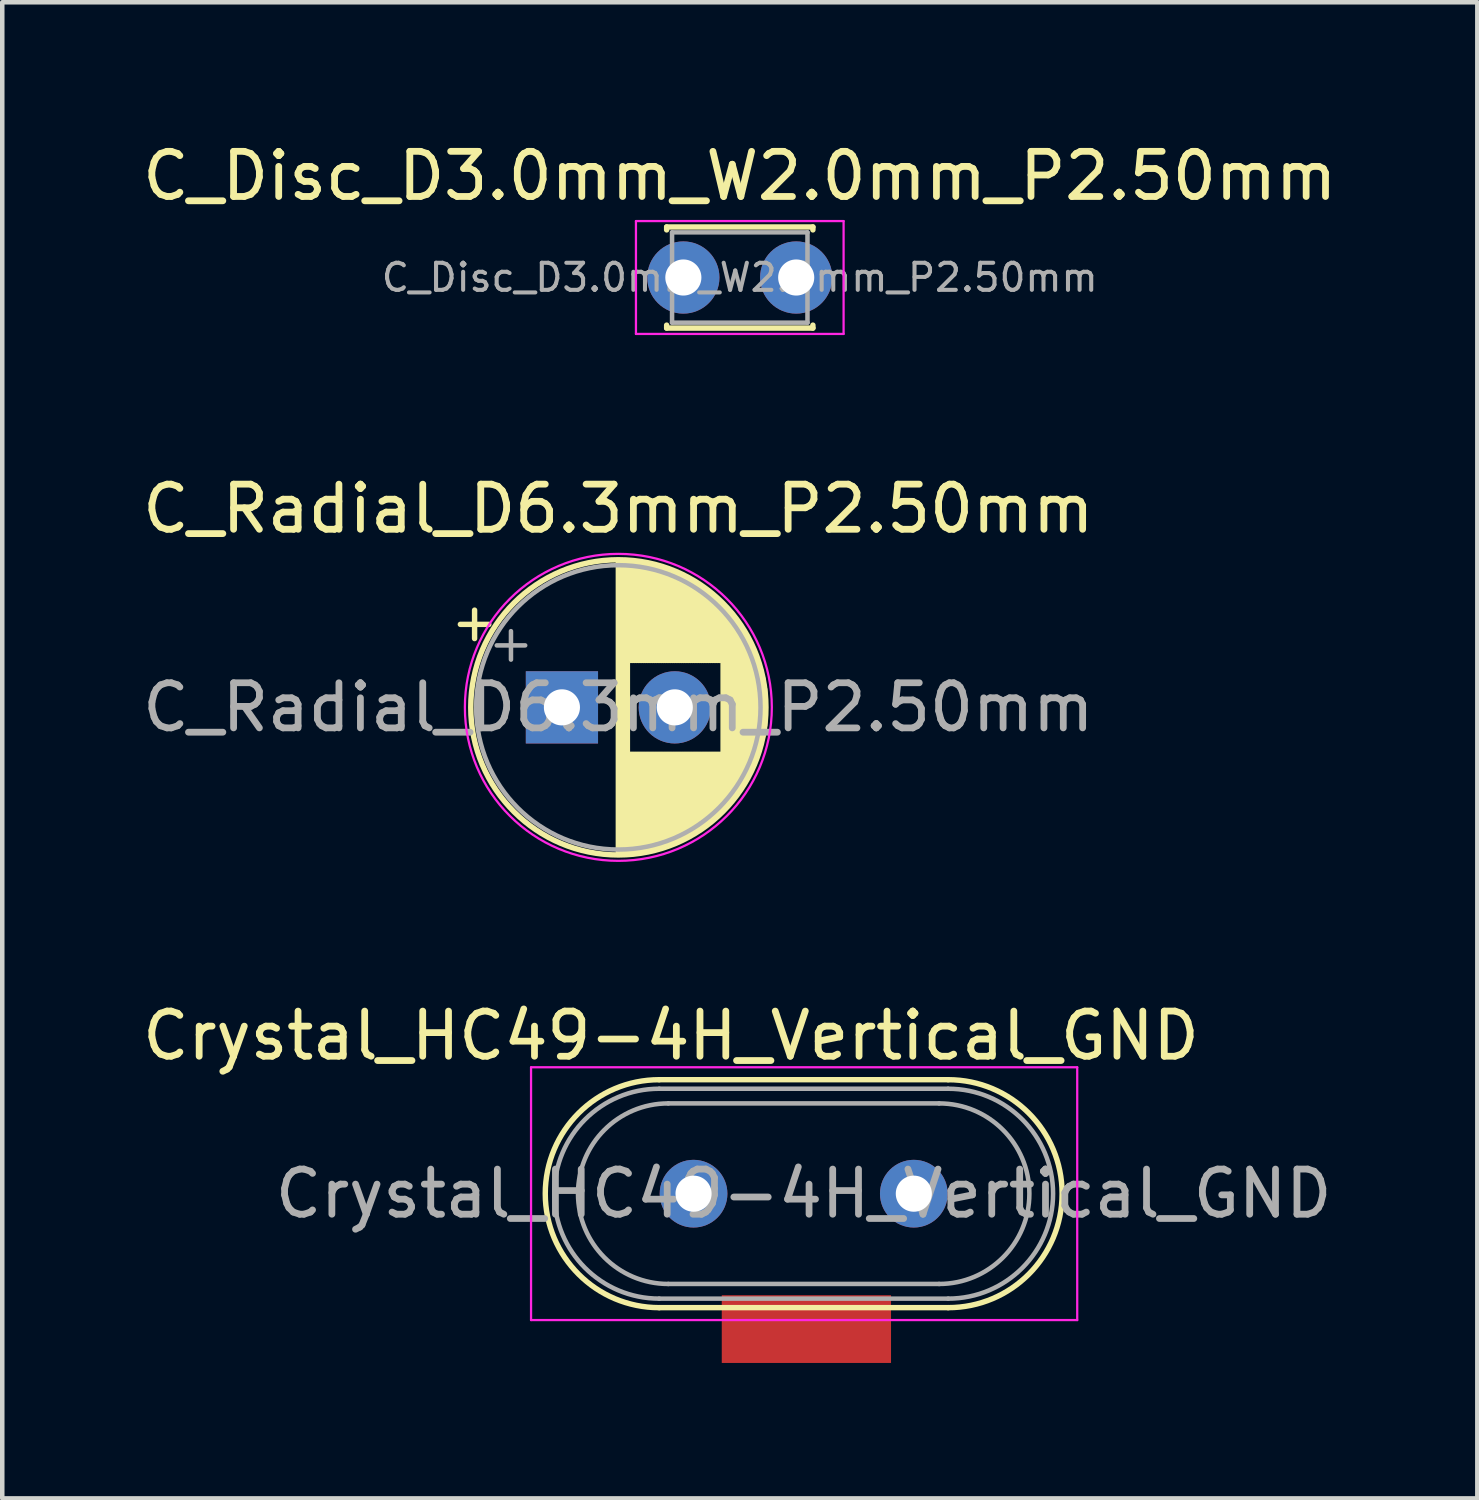
<source format=kicad_pcb>
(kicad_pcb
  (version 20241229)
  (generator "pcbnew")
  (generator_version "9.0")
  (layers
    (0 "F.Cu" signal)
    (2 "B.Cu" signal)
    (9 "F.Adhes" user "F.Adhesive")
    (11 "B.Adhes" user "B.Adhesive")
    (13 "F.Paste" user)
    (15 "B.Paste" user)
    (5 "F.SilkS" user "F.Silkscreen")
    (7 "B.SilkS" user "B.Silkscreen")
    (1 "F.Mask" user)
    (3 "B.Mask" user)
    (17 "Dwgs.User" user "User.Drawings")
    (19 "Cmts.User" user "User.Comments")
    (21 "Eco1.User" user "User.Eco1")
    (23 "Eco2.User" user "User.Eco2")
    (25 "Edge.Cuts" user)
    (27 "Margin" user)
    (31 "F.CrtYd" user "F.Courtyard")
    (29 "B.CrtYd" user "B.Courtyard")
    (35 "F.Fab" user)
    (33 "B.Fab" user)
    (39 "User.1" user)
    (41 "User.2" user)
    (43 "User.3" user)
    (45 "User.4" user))
  (footprint "Crystal_HC49-4H_Vertical_GND"
    (layer "F.Cu")
    (at 12.315 23.395)
    (property "Reference" "Crystal_HC49-4H_Vertical_GND" (at -0.5 -3.5 0) (layer "F.SilkS") (effects (font (size 1 1) (thickness 0.15))))
    (attr through_hole)
    (fp_line (start -0.76 -2.525) (end 5.64 -2.525) (stroke (width 0.12) (type solid)) (layer "F.SilkS"))
    (fp_line (start -0.76 2.525) (end 5.64 2.525) (stroke (width 0.12) (type solid)) (layer "F.SilkS"))
    (fp_arc (start -0.76 2.525) (mid -3.285 0) (end -0.76 -2.525) (stroke (width 0.12) (type solid)) (layer "F.SilkS"))
    (fp_arc (start 5.64 -2.525) (mid 8.165 0) (end 5.64 2.525) (stroke (width 0.12) (type solid)) (layer "F.SilkS"))
    (fp_line (start -3.6 -2.8) (end -3.6 2.8) (stroke (width 0.05) (type solid)) (layer "F.CrtYd"))
    (fp_line (start -3.6 2.8) (end 8.5 2.8) (stroke (width 0.05) (type solid)) (layer "F.CrtYd"))
    (fp_line (start 8.5 -2.8) (end -3.6 -2.8) (stroke (width 0.05) (type solid)) (layer "F.CrtYd"))
    (fp_line (start 8.5 2.8) (end 8.5 -2.8) (stroke (width 0.05) (type solid)) (layer "F.CrtYd"))
    (fp_line (start -0.76 -2.325) (end 5.64 -2.325) (stroke (width 0.1) (type solid)) (layer "F.Fab"))
    (fp_line (start -0.76 2.325) (end 5.64 2.325) (stroke (width 0.1) (type solid)) (layer "F.Fab"))
    (fp_line (start -0.56 -2) (end 5.44 -2) (stroke (width 0.1) (type solid)) (layer "F.Fab"))
    (fp_line (start -0.56 2) (end 5.44 2) (stroke (width 0.1) (type solid)) (layer "F.Fab"))
    (fp_arc (start -0.76 2.325) (mid -3.085 0) (end -0.76 -2.325) (stroke (width 0.1) (type solid)) (layer "F.Fab"))
    (fp_arc (start -0.56 2) (mid -2.56 0) (end -0.56 -2) (stroke (width 0.1) (type solid)) (layer "F.Fab"))
    (fp_arc (start 5.44 -2) (mid 7.44 0) (end 5.44 2) (stroke (width 0.1) (type solid)) (layer "F.Fab"))
    (fp_arc (start 5.64 -2.325) (mid 7.965 0) (end 5.64 2.325) (stroke (width 0.1) (type solid)) (layer "F.Fab"))
    (fp_text user "${REFERENCE}" (at 2.44 0 0) (layer "F.Fab") (effects (font (size 1 1) (thickness 0.15))))
    (pad "1" thru_hole circle (at 0 0) (size 1.5 1.5) (drill 0.8) (layers "*.Cu" "*.Mask"))
    (pad "2" thru_hole circle (at 4.88 0) (size 1.5 1.5) (drill 0.8) (layers "*.Cu" "*.Mask"))
    (pad "3" smd rect (at 2.5 3) (size 3.75 1.5) (layers "F.Cu" "F.Mask" "F.Paste")))
  (footprint "C_Radial_D6.3mm_P2.50mm"
    (layer "F.Cu")
    (at 9.399 12.621)
    (property "Reference" "C_Radial_D6.3mm_P2.50mm" (at 1.25 -4.4 0) (layer "F.SilkS") (effects (font (size 1 1) (thickness 0.15))))
    (attr through_hole)
    (fp_line (start -2.25 -1.839) (end -1.62 -1.839) (stroke (width 0.12) (type solid)) (layer "F.SilkS"))
    (fp_line (start -1.935 -2.154) (end -1.935 -1.524) (stroke (width 0.12) (type solid)) (layer "F.SilkS"))
    (fp_line (start 1.25 -3.23) (end 1.25 3.23) (stroke (width 0.12) (type solid)) (layer "F.SilkS"))
    (fp_line (start 1.29 -3.23) (end 1.29 3.23) (stroke (width 0.12) (type solid)) (layer "F.SilkS"))
    (fp_line (start 1.33 -3.23) (end 1.33 3.23) (stroke (width 0.12) (type solid)) (layer "F.SilkS"))
    (fp_line (start 1.37 -3.228) (end 1.37 3.228) (stroke (width 0.12) (type solid)) (layer "F.SilkS"))
    (fp_line (start 1.41 -3.227) (end 1.41 3.227) (stroke (width 0.12) (type solid)) (layer "F.SilkS"))
    (fp_line (start 1.45 -3.224) (end 1.45 3.224) (stroke (width 0.12) (type solid)) (layer "F.SilkS"))
    (fp_line (start 1.49 -3.222) (end 1.49 -1.04) (stroke (width 0.12) (type solid)) (layer "F.SilkS"))
    (fp_line (start 1.49 1.04) (end 1.49 3.222) (stroke (width 0.12) (type solid)) (layer "F.SilkS"))
    (fp_line (start 1.53 -3.218) (end 1.53 -1.04) (stroke (width 0.12) (type solid)) (layer "F.SilkS"))
    (fp_line (start 1.53 1.04) (end 1.53 3.218) (stroke (width 0.12) (type solid)) (layer "F.SilkS"))
    (fp_line (start 1.57 -3.215) (end 1.57 -1.04) (stroke (width 0.12) (type solid)) (layer "F.SilkS"))
    (fp_line (start 1.57 1.04) (end 1.57 3.215) (stroke (width 0.12) (type solid)) (layer "F.SilkS"))
    (fp_line (start 1.61 -3.211) (end 1.61 -1.04) (stroke (width 0.12) (type solid)) (layer "F.SilkS"))
    (fp_line (start 1.61 1.04) (end 1.61 3.211) (stroke (width 0.12) (type solid)) (layer "F.SilkS"))
    (fp_line (start 1.65 -3.206) (end 1.65 -1.04) (stroke (width 0.12) (type solid)) (layer "F.SilkS"))
    (fp_line (start 1.65 1.04) (end 1.65 3.206) (stroke (width 0.12) (type solid)) (layer "F.SilkS"))
    (fp_line (start 1.69 -3.201) (end 1.69 -1.04) (stroke (width 0.12) (type solid)) (layer "F.SilkS"))
    (fp_line (start 1.69 1.04) (end 1.69 3.201) (stroke (width 0.12) (type solid)) (layer "F.SilkS"))
    (fp_line (start 1.73 -3.195) (end 1.73 -1.04) (stroke (width 0.12) (type solid)) (layer "F.SilkS"))
    (fp_line (start 1.73 1.04) (end 1.73 3.195) (stroke (width 0.12) (type solid)) (layer "F.SilkS"))
    (fp_line (start 1.77 -3.189) (end 1.77 -1.04) (stroke (width 0.12) (type solid)) (layer "F.SilkS"))
    (fp_line (start 1.77 1.04) (end 1.77 3.189) (stroke (width 0.12) (type solid)) (layer "F.SilkS"))
    (fp_line (start 1.81 -3.182) (end 1.81 -1.04) (stroke (width 0.12) (type solid)) (layer "F.SilkS"))
    (fp_line (start 1.81 1.04) (end 1.81 3.182) (stroke (width 0.12) (type solid)) (layer "F.SilkS"))
    (fp_line (start 1.85 -3.175) (end 1.85 -1.04) (stroke (width 0.12) (type solid)) (layer "F.SilkS"))
    (fp_line (start 1.85 1.04) (end 1.85 3.175) (stroke (width 0.12) (type solid)) (layer "F.SilkS"))
    (fp_line (start 1.89 -3.167) (end 1.89 -1.04) (stroke (width 0.12) (type solid)) (layer "F.SilkS"))
    (fp_line (start 1.89 1.04) (end 1.89 3.167) (stroke (width 0.12) (type solid)) (layer "F.SilkS"))
    (fp_line (start 1.93 -3.159) (end 1.93 -1.04) (stroke (width 0.12) (type solid)) (layer "F.SilkS"))
    (fp_line (start 1.93 1.04) (end 1.93 3.159) (stroke (width 0.12) (type solid)) (layer "F.SilkS"))
    (fp_line (start 1.971 -3.15) (end 1.971 -1.04) (stroke (width 0.12) (type solid)) (layer "F.SilkS"))
    (fp_line (start 1.971 1.04) (end 1.971 3.15) (stroke (width 0.12) (type solid)) (layer "F.SilkS"))
    (fp_line (start 2.011 -3.141) (end 2.011 -1.04) (stroke (width 0.12) (type solid)) (layer "F.SilkS"))
    (fp_line (start 2.011 1.04) (end 2.011 3.141) (stroke (width 0.12) (type solid)) (layer "F.SilkS"))
    (fp_line (start 2.051 -3.131) (end 2.051 -1.04) (stroke (width 0.12) (type solid)) (layer "F.SilkS"))
    (fp_line (start 2.051 1.04) (end 2.051 3.131) (stroke (width 0.12) (type solid)) (layer "F.SilkS"))
    (fp_line (start 2.091 -3.121) (end 2.091 -1.04) (stroke (width 0.12) (type solid)) (layer "F.SilkS"))
    (fp_line (start 2.091 1.04) (end 2.091 3.121) (stroke (width 0.12) (type solid)) (layer "F.SilkS"))
    (fp_line (start 2.131 -3.11) (end 2.131 -1.04) (stroke (width 0.12) (type solid)) (layer "F.SilkS"))
    (fp_line (start 2.131 1.04) (end 2.131 3.11) (stroke (width 0.12) (type solid)) (layer "F.SilkS"))
    (fp_line (start 2.171 -3.098) (end 2.171 -1.04) (stroke (width 0.12) (type solid)) (layer "F.SilkS"))
    (fp_line (start 2.171 1.04) (end 2.171 3.098) (stroke (width 0.12) (type solid)) (layer "F.SilkS"))
    (fp_line (start 2.211 -3.086) (end 2.211 -1.04) (stroke (width 0.12) (type solid)) (layer "F.SilkS"))
    (fp_line (start 2.211 1.04) (end 2.211 3.086) (stroke (width 0.12) (type solid)) (layer "F.SilkS"))
    (fp_line (start 2.251 -3.074) (end 2.251 -1.04) (stroke (width 0.12) (type solid)) (layer "F.SilkS"))
    (fp_line (start 2.251 1.04) (end 2.251 3.074) (stroke (width 0.12) (type solid)) (layer "F.SilkS"))
    (fp_line (start 2.291 -3.061) (end 2.291 -1.04) (stroke (width 0.12) (type solid)) (layer "F.SilkS"))
    (fp_line (start 2.291 1.04) (end 2.291 3.061) (stroke (width 0.12) (type solid)) (layer "F.SilkS"))
    (fp_line (start 2.331 -3.047) (end 2.331 -1.04) (stroke (width 0.12) (type solid)) (layer "F.SilkS"))
    (fp_line (start 2.331 1.04) (end 2.331 3.047) (stroke (width 0.12) (type solid)) (layer "F.SilkS"))
    (fp_line (start 2.371 -3.033) (end 2.371 -1.04) (stroke (width 0.12) (type solid)) (layer "F.SilkS"))
    (fp_line (start 2.371 1.04) (end 2.371 3.033) (stroke (width 0.12) (type solid)) (layer "F.SilkS"))
    (fp_line (start 2.411 -3.018) (end 2.411 -1.04) (stroke (width 0.12) (type solid)) (layer "F.SilkS"))
    (fp_line (start 2.411 1.04) (end 2.411 3.018) (stroke (width 0.12) (type solid)) (layer "F.SilkS"))
    (fp_line (start 2.451 -3.002) (end 2.451 -1.04) (stroke (width 0.12) (type solid)) (layer "F.SilkS"))
    (fp_line (start 2.451 1.04) (end 2.451 3.002) (stroke (width 0.12) (type solid)) (layer "F.SilkS"))
    (fp_line (start 2.491 -2.986) (end 2.491 -1.04) (stroke (width 0.12) (type solid)) (layer "F.SilkS"))
    (fp_line (start 2.491 1.04) (end 2.491 2.986) (stroke (width 0.12) (type solid)) (layer "F.SilkS"))
    (fp_line (start 2.531 -2.97) (end 2.531 -1.04) (stroke (width 0.12) (type solid)) (layer "F.SilkS"))
    (fp_line (start 2.531 1.04) (end 2.531 2.97) (stroke (width 0.12) (type solid)) (layer "F.SilkS"))
    (fp_line (start 2.571 -2.952) (end 2.571 -1.04) (stroke (width 0.12) (type solid)) (layer "F.SilkS"))
    (fp_line (start 2.571 1.04) (end 2.571 2.952) (stroke (width 0.12) (type solid)) (layer "F.SilkS"))
    (fp_line (start 2.611 -2.934) (end 2.611 -1.04) (stroke (width 0.12) (type solid)) (layer "F.SilkS"))
    (fp_line (start 2.611 1.04) (end 2.611 2.934) (stroke (width 0.12) (type solid)) (layer "F.SilkS"))
    (fp_line (start 2.651 -2.916) (end 2.651 -1.04) (stroke (width 0.12) (type solid)) (layer "F.SilkS"))
    (fp_line (start 2.651 1.04) (end 2.651 2.916) (stroke (width 0.12) (type solid)) (layer "F.SilkS"))
    (fp_line (start 2.691 -2.896) (end 2.691 -1.04) (stroke (width 0.12) (type solid)) (layer "F.SilkS"))
    (fp_line (start 2.691 1.04) (end 2.691 2.896) (stroke (width 0.12) (type solid)) (layer "F.SilkS"))
    (fp_line (start 2.731 -2.876) (end 2.731 -1.04) (stroke (width 0.12) (type solid)) (layer "F.SilkS"))
    (fp_line (start 2.731 1.04) (end 2.731 2.876) (stroke (width 0.12) (type solid)) (layer "F.SilkS"))
    (fp_line (start 2.771 -2.856) (end 2.771 -1.04) (stroke (width 0.12) (type solid)) (layer "F.SilkS"))
    (fp_line (start 2.771 1.04) (end 2.771 2.856) (stroke (width 0.12) (type solid)) (layer "F.SilkS"))
    (fp_line (start 2.811 -2.834) (end 2.811 -1.04) (stroke (width 0.12) (type solid)) (layer "F.SilkS"))
    (fp_line (start 2.811 1.04) (end 2.811 2.834) (stroke (width 0.12) (type solid)) (layer "F.SilkS"))
    (fp_line (start 2.851 -2.812) (end 2.851 -1.04) (stroke (width 0.12) (type solid)) (layer "F.SilkS"))
    (fp_line (start 2.851 1.04) (end 2.851 2.812) (stroke (width 0.12) (type solid)) (layer "F.SilkS"))
    (fp_line (start 2.891 -2.79) (end 2.891 -1.04) (stroke (width 0.12) (type solid)) (layer "F.SilkS"))
    (fp_line (start 2.891 1.04) (end 2.891 2.79) (stroke (width 0.12) (type solid)) (layer "F.SilkS"))
    (fp_line (start 2.931 -2.766) (end 2.931 -1.04) (stroke (width 0.12) (type solid)) (layer "F.SilkS"))
    (fp_line (start 2.931 1.04) (end 2.931 2.766) (stroke (width 0.12) (type solid)) (layer "F.SilkS"))
    (fp_line (start 2.971 -2.742) (end 2.971 -1.04) (stroke (width 0.12) (type solid)) (layer "F.SilkS"))
    (fp_line (start 2.971 1.04) (end 2.971 2.742) (stroke (width 0.12) (type solid)) (layer "F.SilkS"))
    (fp_line (start 3.011 -2.716) (end 3.011 -1.04) (stroke (width 0.12) (type solid)) (layer "F.SilkS"))
    (fp_line (start 3.011 1.04) (end 3.011 2.716) (stroke (width 0.12) (type solid)) (layer "F.SilkS"))
    (fp_line (start 3.051 -2.69) (end 3.051 -1.04) (stroke (width 0.12) (type solid)) (layer "F.SilkS"))
    (fp_line (start 3.051 1.04) (end 3.051 2.69) (stroke (width 0.12) (type solid)) (layer "F.SilkS"))
    (fp_line (start 3.091 -2.664) (end 3.091 -1.04) (stroke (width 0.12) (type solid)) (layer "F.SilkS"))
    (fp_line (start 3.091 1.04) (end 3.091 2.664) (stroke (width 0.12) (type solid)) (layer "F.SilkS"))
    (fp_line (start 3.131 -2.636) (end 3.131 -1.04) (stroke (width 0.12) (type solid)) (layer "F.SilkS"))
    (fp_line (start 3.131 1.04) (end 3.131 2.636) (stroke (width 0.12) (type solid)) (layer "F.SilkS"))
    (fp_line (start 3.171 -2.607) (end 3.171 -1.04) (stroke (width 0.12) (type solid)) (layer "F.SilkS"))
    (fp_line (start 3.171 1.04) (end 3.171 2.607) (stroke (width 0.12) (type solid)) (layer "F.SilkS"))
    (fp_line (start 3.211 -2.578) (end 3.211 -1.04) (stroke (width 0.12) (type solid)) (layer "F.SilkS"))
    (fp_line (start 3.211 1.04) (end 3.211 2.578) (stroke (width 0.12) (type solid)) (layer "F.SilkS"))
    (fp_line (start 3.251 -2.548) (end 3.251 -1.04) (stroke (width 0.12) (type solid)) (layer "F.SilkS"))
    (fp_line (start 3.251 1.04) (end 3.251 2.548) (stroke (width 0.12) (type solid)) (layer "F.SilkS"))
    (fp_line (start 3.291 -2.516) (end 3.291 -1.04) (stroke (width 0.12) (type solid)) (layer "F.SilkS"))
    (fp_line (start 3.291 1.04) (end 3.291 2.516) (stroke (width 0.12) (type solid)) (layer "F.SilkS"))
    (fp_line (start 3.331 -2.484) (end 3.331 -1.04) (stroke (width 0.12) (type solid)) (layer "F.SilkS"))
    (fp_line (start 3.331 1.04) (end 3.331 2.484) (stroke (width 0.12) (type solid)) (layer "F.SilkS"))
    (fp_line (start 3.371 -2.45) (end 3.371 -1.04) (stroke (width 0.12) (type solid)) (layer "F.SilkS"))
    (fp_line (start 3.371 1.04) (end 3.371 2.45) (stroke (width 0.12) (type solid)) (layer "F.SilkS"))
    (fp_line (start 3.411 -2.416) (end 3.411 -1.04) (stroke (width 0.12) (type solid)) (layer "F.SilkS"))
    (fp_line (start 3.411 1.04) (end 3.411 2.416) (stroke (width 0.12) (type solid)) (layer "F.SilkS"))
    (fp_line (start 3.451 -2.38) (end 3.451 -1.04) (stroke (width 0.12) (type solid)) (layer "F.SilkS"))
    (fp_line (start 3.451 1.04) (end 3.451 2.38) (stroke (width 0.12) (type solid)) (layer "F.SilkS"))
    (fp_line (start 3.491 -2.343) (end 3.491 -1.04) (stroke (width 0.12) (type solid)) (layer "F.SilkS"))
    (fp_line (start 3.491 1.04) (end 3.491 2.343) (stroke (width 0.12) (type solid)) (layer "F.SilkS"))
    (fp_line (start 3.531 -2.305) (end 3.531 -1.04) (stroke (width 0.12) (type solid)) (layer "F.SilkS"))
    (fp_line (start 3.531 1.04) (end 3.531 2.305) (stroke (width 0.12) (type solid)) (layer "F.SilkS"))
    (fp_line (start 3.571 -2.265) (end 3.571 2.265) (stroke (width 0.12) (type solid)) (layer "F.SilkS"))
    (fp_line (start 3.611 -2.224) (end 3.611 2.224) (stroke (width 0.12) (type solid)) (layer "F.SilkS"))
    (fp_line (start 3.651 -2.182) (end 3.651 2.182) (stroke (width 0.12) (type solid)) (layer "F.SilkS"))
    (fp_line (start 3.691 -2.137) (end 3.691 2.137) (stroke (width 0.12) (type solid)) (layer "F.SilkS"))
    (fp_line (start 3.731 -2.092) (end 3.731 2.092) (stroke (width 0.12) (type solid)) (layer "F.SilkS"))
    (fp_line (start 3.771 -2.044) (end 3.771 2.044) (stroke (width 0.12) (type solid)) (layer "F.SilkS"))
    (fp_line (start 3.811 -1.995) (end 3.811 1.995) (stroke (width 0.12) (type solid)) (layer "F.SilkS"))
    (fp_line (start 3.851 -1.944) (end 3.851 1.944) (stroke (width 0.12) (type solid)) (layer "F.SilkS"))
    (fp_line (start 3.891 -1.89) (end 3.891 1.89) (stroke (width 0.12) (type solid)) (layer "F.SilkS"))
    (fp_line (start 3.931 -1.834) (end 3.931 1.834) (stroke (width 0.12) (type solid)) (layer "F.SilkS"))
    (fp_line (start 3.971 -1.776) (end 3.971 1.776) (stroke (width 0.12) (type solid)) (layer "F.SilkS"))
    (fp_line (start 4.011 -1.714) (end 4.011 1.714) (stroke (width 0.12) (type solid)) (layer "F.SilkS"))
    (fp_line (start 4.051 -1.65) (end 4.051 1.65) (stroke (width 0.12) (type solid)) (layer "F.SilkS"))
    (fp_line (start 4.091 -1.581) (end 4.091 1.581) (stroke (width 0.12) (type solid)) (layer "F.SilkS"))
    (fp_line (start 4.131 -1.509) (end 4.131 1.509) (stroke (width 0.12) (type solid)) (layer "F.SilkS"))
    (fp_line (start 4.171 -1.432) (end 4.171 1.432) (stroke (width 0.12) (type solid)) (layer "F.SilkS"))
    (fp_line (start 4.211 -1.35) (end 4.211 1.35) (stroke (width 0.12) (type solid)) (layer "F.SilkS"))
    (fp_line (start 4.251 -1.262) (end 4.251 1.262) (stroke (width 0.12) (type solid)) (layer "F.SilkS"))
    (fp_line (start 4.291 -1.165) (end 4.291 1.165) (stroke (width 0.12) (type solid)) (layer "F.SilkS"))
    (fp_line (start 4.331 -1.059) (end 4.331 1.059) (stroke (width 0.12) (type solid)) (layer "F.SilkS"))
    (fp_line (start 4.371 -0.94) (end 4.371 0.94) (stroke (width 0.12) (type solid)) (layer "F.SilkS"))
    (fp_line (start 4.411 -0.802) (end 4.411 0.802) (stroke (width 0.12) (type solid)) (layer "F.SilkS"))
    (fp_line (start 4.451 -0.633) (end 4.451 0.633) (stroke (width 0.12) (type solid)) (layer "F.SilkS"))
    (fp_line (start 4.491 -0.402) (end 4.491 0.402) (stroke (width 0.12) (type solid)) (layer "F.SilkS"))
    (fp_circle (center 1.25 0) (end 4.52 0) (stroke (width 0.12) (type solid)) (fill no) (layer "F.SilkS"))
    (fp_circle (center 1.25 0) (end 4.65 0) (stroke (width 0.05) (type solid)) (fill no) (layer "F.CrtYd"))
    (fp_line (start -1.444 -1.373) (end -0.814 -1.373) (stroke (width 0.1) (type solid)) (layer "F.Fab"))
    (fp_line (start -1.129 -1.688) (end -1.129 -1.058) (stroke (width 0.1) (type solid)) (layer "F.Fab"))
    (fp_circle (center 1.25 0) (end 4.4 0) (stroke (width 0.1) (type solid)) (fill no) (layer "F.Fab"))
    (fp_text user "${REFERENCE}" (at 1.25 0 0) (layer "F.Fab") (effects (font (size 1 1) (thickness 0.15))))
    (pad "1" thru_hole rect (at 0 0) (size 1.6 1.6) (drill 0.8) (layers "*.Cu" "*.Mask"))
    (pad "2" thru_hole circle (at 2.5 0) (size 1.6 1.6) (drill 0.8) (layers "*.Cu" "*.Mask")))
  (footprint "C_Disc_D3.0mm_W2.0mm_P2.50mm"
    (layer "F.Cu")
    (at 12.089 3.098)
    (property "Reference" "C_Disc_D3.0mm_W2.0mm_P2.50mm" (at 1.25 -2.25 0) (layer "F.SilkS") (effects (font (size 1 1) (thickness 0.15))))
    (attr through_hole)
    (fp_line (start -0.37 -1.12) (end -0.37 -1.055) (stroke (width 0.12) (type solid)) (layer "F.SilkS"))
    (fp_line (start -0.37 -1.12) (end 2.87 -1.12) (stroke (width 0.12) (type solid)) (layer "F.SilkS"))
    (fp_line (start -0.37 1.055) (end -0.37 1.12) (stroke (width 0.12) (type solid)) (layer "F.SilkS"))
    (fp_line (start -0.37 1.12) (end 2.87 1.12) (stroke (width 0.12) (type solid)) (layer "F.SilkS"))
    (fp_line (start 2.87 -1.12) (end 2.87 -1.055) (stroke (width 0.12) (type solid)) (layer "F.SilkS"))
    (fp_line (start 2.87 1.055) (end 2.87 1.12) (stroke (width 0.12) (type solid)) (layer "F.SilkS"))
    (fp_line (start -1.05 -1.25) (end -1.05 1.25) (stroke (width 0.05) (type solid)) (layer "F.CrtYd"))
    (fp_line (start -1.05 1.25) (end 3.55 1.25) (stroke (width 0.05) (type solid)) (layer "F.CrtYd"))
    (fp_line (start 3.55 -1.25) (end -1.05 -1.25) (stroke (width 0.05) (type solid)) (layer "F.CrtYd"))
    (fp_line (start 3.55 1.25) (end 3.55 -1.25) (stroke (width 0.05) (type solid)) (layer "F.CrtYd"))
    (fp_line (start -0.25 -1) (end -0.25 1) (stroke (width 0.1) (type solid)) (layer "F.Fab"))
    (fp_line (start -0.25 1) (end 2.75 1) (stroke (width 0.1) (type solid)) (layer "F.Fab"))
    (fp_line (start 2.75 -1) (end -0.25 -1) (stroke (width 0.1) (type solid)) (layer "F.Fab"))
    (fp_line (start 2.75 1) (end 2.75 -1) (stroke (width 0.1) (type solid)) (layer "F.Fab"))
    (fp_text user "${REFERENCE}" (at 1.25 0 0) (layer "F.Fab") (effects (font (size 0.6 0.6) (thickness 0.09))))
    (pad "1" thru_hole circle (at 0 0) (size 1.6 1.6) (drill 0.8) (layers "*.Cu" "*.Mask"))
    (pad "2" thru_hole circle (at 2.5 0) (size 1.6 1.6) (drill 0.8) (layers "*.Cu" "*.Mask")))
  (gr_rect
    (start -3 -3)
    (end 29.679 30.145)
    (stroke (width 0.1) (type default))
    (fill no)
    (layer "Edge.Cuts")))
</source>
